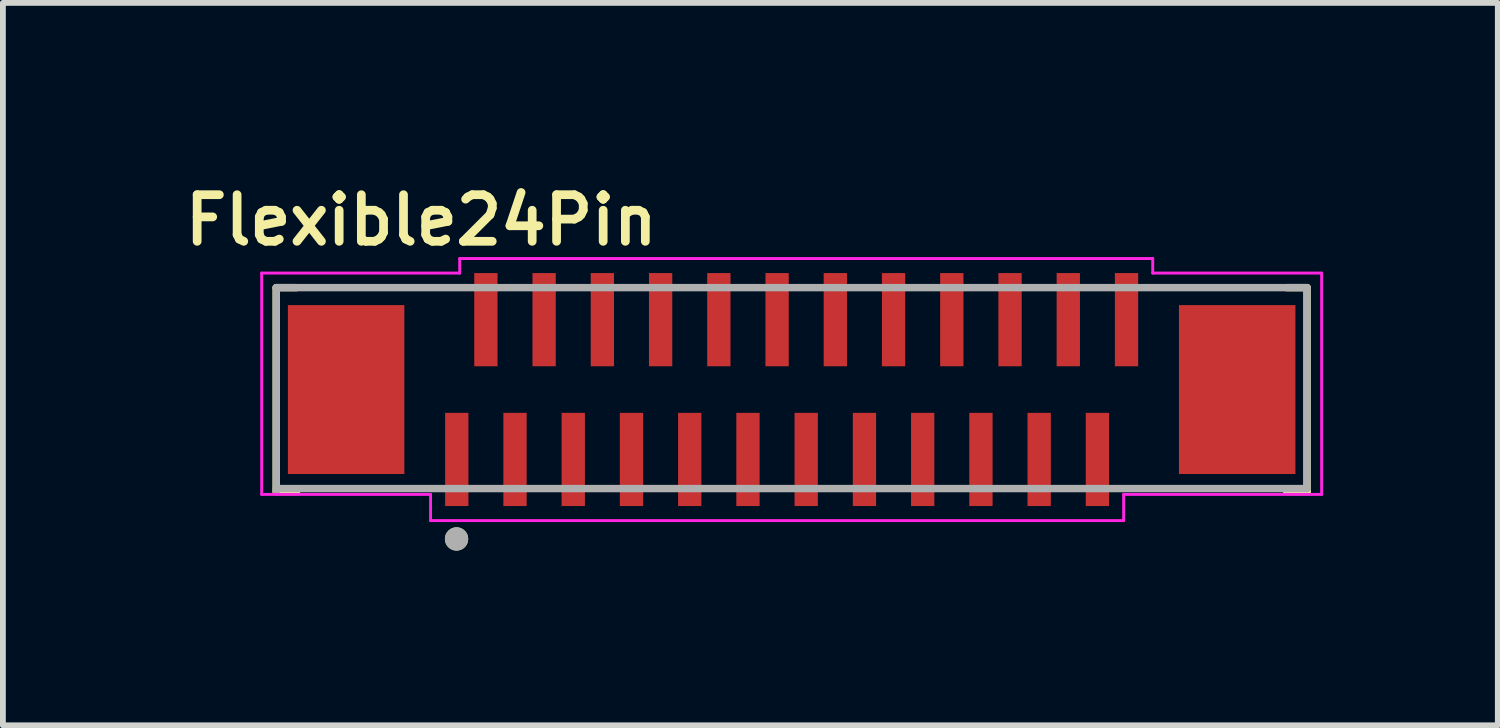
<source format=kicad_pcb>
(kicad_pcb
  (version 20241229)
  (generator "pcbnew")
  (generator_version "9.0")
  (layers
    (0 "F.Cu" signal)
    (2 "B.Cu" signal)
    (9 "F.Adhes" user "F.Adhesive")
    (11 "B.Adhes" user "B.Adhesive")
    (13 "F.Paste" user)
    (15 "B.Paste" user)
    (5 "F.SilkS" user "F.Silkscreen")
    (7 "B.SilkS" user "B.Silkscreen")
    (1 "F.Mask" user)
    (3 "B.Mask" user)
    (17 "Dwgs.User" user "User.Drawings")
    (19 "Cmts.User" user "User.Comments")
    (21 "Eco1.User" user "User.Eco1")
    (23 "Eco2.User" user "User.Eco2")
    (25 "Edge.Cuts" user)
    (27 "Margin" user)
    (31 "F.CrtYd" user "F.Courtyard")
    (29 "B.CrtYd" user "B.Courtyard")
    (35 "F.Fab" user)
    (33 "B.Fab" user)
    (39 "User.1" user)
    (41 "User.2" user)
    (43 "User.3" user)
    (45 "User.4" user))
  (footprint "Flexible24Pin"
    (layer "F.Cu")
    (at 10.543 3.639)
    (property "Reference" "Flexible24Pin" (at -6.36 -2.908 0) (layer "F.SilkS") (effects (font (size 0.8 0.8) (thickness 0.15))))
    (attr smd)
    (fp_line (start -8.85 -1.75) (end -8.85 1.75) (stroke (width 0.127) (type solid)) (layer "F.SilkS"))
    (fp_line (start -8.85 1.75) (end -8.5 1.75) (stroke (width 0.127) (type solid)) (layer "F.SilkS"))
    (fp_line (start -8.5 -1.75) (end -8.85 -1.75) (stroke (width 0.127) (type solid)) (layer "F.SilkS"))
    (fp_line (start 8.5 -1.75) (end 8.85 -1.75) (stroke (width 0.127) (type solid)) (layer "F.SilkS"))
    (fp_line (start 8.85 -1.75) (end 8.85 1.75) (stroke (width 0.127) (type solid)) (layer "F.SilkS"))
    (fp_line (start 8.85 1.75) (end 8.5 1.75) (stroke (width 0.127) (type solid)) (layer "F.SilkS"))
    (fp_circle (center -5.754 2.565) (end -5.654 2.565) (stroke (width 0.2) (type solid)) (fill no) (layer "F.SilkS"))
    (fp_line (start -9.1 -2) (end -5.7 -2) (stroke (width 0.05) (type solid)) (layer "F.CrtYd"))
    (fp_line (start -9.1 1.8) (end -9.1 -2) (stroke (width 0.05) (type solid)) (layer "F.CrtYd"))
    (fp_line (start -6.2 1.8) (end -9.1 1.8) (stroke (width 0.05) (type solid)) (layer "F.CrtYd"))
    (fp_line (start -6.2 2.25) (end -6.2 1.8) (stroke (width 0.05) (type solid)) (layer "F.CrtYd"))
    (fp_line (start -5.7 -2.25) (end 6.2 -2.25) (stroke (width 0.05) (type solid)) (layer "F.CrtYd"))
    (fp_line (start -5.7 -2) (end -5.7 -2.25) (stroke (width 0.05) (type solid)) (layer "F.CrtYd"))
    (fp_line (start 5.7 1.8) (end 5.7 2.25) (stroke (width 0.05) (type solid)) (layer "F.CrtYd"))
    (fp_line (start 5.7 2.25) (end -6.2 2.25) (stroke (width 0.05) (type solid)) (layer "F.CrtYd"))
    (fp_line (start 6.2 -2.25) (end 6.2 -2) (stroke (width 0.05) (type solid)) (layer "F.CrtYd"))
    (fp_line (start 6.2 -2) (end 9.1 -2) (stroke (width 0.05) (type solid)) (layer "F.CrtYd"))
    (fp_line (start 9.1 -2) (end 9.1 1.8) (stroke (width 0.05) (type solid)) (layer "F.CrtYd"))
    (fp_line (start 9.1 1.8) (end 5.7 1.8) (stroke (width 0.05) (type solid)) (layer "F.CrtYd"))
    (fp_line (start -8.85 -1.75) (end 8.85 -1.75) (stroke (width 0.127) (type solid)) (layer "F.Fab"))
    (fp_line (start -8.85 1.75) (end -8.85 -1.75) (stroke (width 0.127) (type solid)) (layer "F.Fab"))
    (fp_line (start 8.85 -1.75) (end 8.85 1.7) (stroke (width 0.127) (type solid)) (layer "F.Fab"))
    (fp_line (start 8.85 1.7) (end -8.85 1.7) (stroke (width 0.127) (type solid)) (layer "F.Fab"))
    (fp_circle (center -5.754 2.565) (end -5.654 2.565) (stroke (width 0.2) (type solid)) (fill no) (layer "F.Fab"))
    (pad "1" smd rect (at -5.75 1.2) (size 0.4 1.6) (layers "F.Cu" "F.Mask" "F.Paste"))
    (pad "2" smd rect (at -5.25 -1.2) (size 0.4 1.6) (layers "F.Cu" "F.Mask" "F.Paste"))
    (pad "3" smd rect (at -4.75 1.2) (size 0.4 1.6) (layers "F.Cu" "F.Mask" "F.Paste"))
    (pad "4" smd rect (at -4.25 -1.2) (size 0.4 1.6) (layers "F.Cu" "F.Mask" "F.Paste"))
    (pad "5" smd rect (at -3.75 1.2) (size 0.4 1.6) (layers "F.Cu" "F.Mask" "F.Paste"))
    (pad "6" smd rect (at -3.25 -1.2) (size 0.4 1.6) (layers "F.Cu" "F.Mask" "F.Paste"))
    (pad "7" smd rect (at -2.75 1.2) (size 0.4 1.6) (layers "F.Cu" "F.Mask" "F.Paste"))
    (pad "8" smd rect (at -2.25 -1.2) (size 0.4 1.6) (layers "F.Cu" "F.Mask" "F.Paste"))
    (pad "9" smd rect (at -1.75 1.2) (size 0.4 1.6) (layers "F.Cu" "F.Mask" "F.Paste"))
    (pad "10" smd rect (at -1.25 -1.2) (size 0.4 1.6) (layers "F.Cu" "F.Mask" "F.Paste"))
    (pad "11" smd rect (at -0.75 1.2) (size 0.4 1.6) (layers "F.Cu" "F.Mask" "F.Paste"))
    (pad "12" smd rect (at -0.25 -1.2) (size 0.4 1.6) (layers "F.Cu" "F.Mask" "F.Paste"))
    (pad "13" smd rect (at 0.25 1.2) (size 0.4 1.6) (layers "F.Cu" "F.Mask" "F.Paste"))
    (pad "14" smd rect (at 0.75 -1.2) (size 0.4 1.6) (layers "F.Cu" "F.Mask" "F.Paste"))
    (pad "15" smd rect (at 1.25 1.2) (size 0.4 1.6) (layers "F.Cu" "F.Mask" "F.Paste"))
    (pad "16" smd rect (at 1.75 -1.2) (size 0.4 1.6) (layers "F.Cu" "F.Mask" "F.Paste"))
    (pad "17" smd rect (at 2.25 1.2) (size 0.4 1.6) (layers "F.Cu" "F.Mask" "F.Paste"))
    (pad "18" smd rect (at 2.75 -1.2) (size 0.4 1.6) (layers "F.Cu" "F.Mask" "F.Paste"))
    (pad "19" smd rect (at 3.25 1.2) (size 0.4 1.6) (layers "F.Cu" "F.Mask" "F.Paste"))
    (pad "20" smd rect (at 3.75 -1.2) (size 0.4 1.6) (layers "F.Cu" "F.Mask" "F.Paste"))
    (pad "21" smd rect (at 4.25 1.2) (size 0.4 1.6) (layers "F.Cu" "F.Mask" "F.Paste"))
    (pad "22" smd rect (at 4.75 -1.2) (size 0.4 1.6) (layers "F.Cu" "F.Mask" "F.Paste"))
    (pad "23" smd rect (at 5.25 1.2) (size 0.4 1.6) (layers "F.Cu" "F.Mask" "F.Paste"))
    (pad "24" smd rect (at 5.75 -1.2) (size 0.4 1.6) (layers "F.Cu" "F.Mask" "F.Paste"))
    (pad "S" smd rect (at -7.65 0) (size 2 2.9) (layers "F.Cu" "F.Mask" "F.Paste"))
    (pad "S" smd rect (at 7.65 0) (size 2 2.9) (layers "F.Cu" "F.Mask" "F.Paste")))
  (gr_rect
    (start -3 -3)
    (end 22.668 9.404)
    (stroke (width 0.1) (type default))
    (fill no)
    (layer "Edge.Cuts")))
</source>
